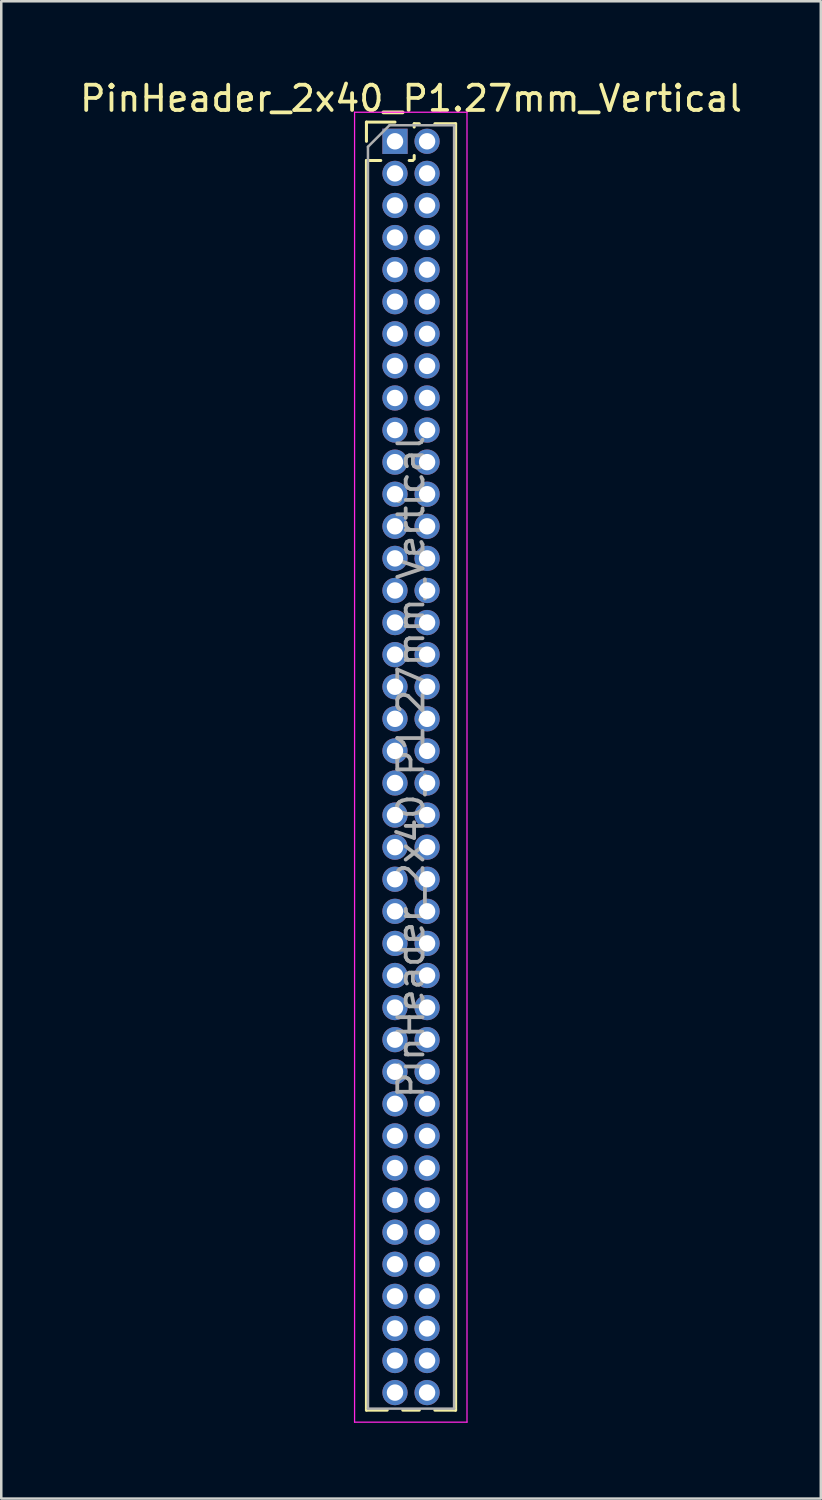
<source format=kicad_pcb>
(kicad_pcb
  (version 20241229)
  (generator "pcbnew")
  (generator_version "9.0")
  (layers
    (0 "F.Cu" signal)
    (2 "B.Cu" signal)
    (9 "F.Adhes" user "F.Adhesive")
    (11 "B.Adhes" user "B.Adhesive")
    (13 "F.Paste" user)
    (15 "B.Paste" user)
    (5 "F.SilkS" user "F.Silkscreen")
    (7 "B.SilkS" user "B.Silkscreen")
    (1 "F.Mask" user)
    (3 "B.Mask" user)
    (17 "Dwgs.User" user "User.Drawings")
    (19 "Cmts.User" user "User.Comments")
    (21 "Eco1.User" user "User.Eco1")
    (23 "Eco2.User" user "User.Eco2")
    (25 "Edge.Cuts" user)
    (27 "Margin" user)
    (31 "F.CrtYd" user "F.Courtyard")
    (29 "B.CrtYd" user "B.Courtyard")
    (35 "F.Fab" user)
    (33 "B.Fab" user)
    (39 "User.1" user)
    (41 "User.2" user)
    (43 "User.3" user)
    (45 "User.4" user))
  (footprint "PinHeader_2x40_P1.27mm_Vertical"
    (layer "F.Cu")
    (at 12.585 2.543)
    (property "Reference" "PinHeader_2x40_P1.27mm_Vertical" (at 0.635 -1.695 0) (layer "F.SilkS") (effects (font (size 1 1) (thickness 0.15))))
    (attr through_hole)
    (fp_line (start -1.13 -0.76) (end 0 -0.76) (stroke (width 0.12) (type solid)) (layer "F.SilkS"))
    (fp_line (start -1.13 0) (end -1.13 -0.76) (stroke (width 0.12) (type solid)) (layer "F.SilkS"))
    (fp_line (start -1.13 0.76) (end -1.13 50.225) (stroke (width 0.12) (type solid)) (layer "F.SilkS"))
    (fp_line (start -1.13 0.76) (end -0.563 0.76) (stroke (width 0.12) (type solid)) (layer "F.SilkS"))
    (fp_line (start -1.13 50.225) (end -0.308 50.225) (stroke (width 0.12) (type solid)) (layer "F.SilkS"))
    (fp_line (start 0.308 50.225) (end 0.962 50.225) (stroke (width 0.12) (type solid)) (layer "F.SilkS"))
    (fp_line (start 0.563 0.76) (end 0.707 0.76) (stroke (width 0.12) (type solid)) (layer "F.SilkS"))
    (fp_line (start 0.76 -0.695) (end 0.962 -0.695) (stroke (width 0.12) (type solid)) (layer "F.SilkS"))
    (fp_line (start 0.76 -0.563) (end 0.76 -0.695) (stroke (width 0.12) (type solid)) (layer "F.SilkS"))
    (fp_line (start 0.76 0.707) (end 0.76 0.563) (stroke (width 0.12) (type solid)) (layer "F.SilkS"))
    (fp_line (start 1.578 -0.695) (end 2.4 -0.695) (stroke (width 0.12) (type solid)) (layer "F.SilkS"))
    (fp_line (start 1.578 50.225) (end 2.4 50.225) (stroke (width 0.12) (type solid)) (layer "F.SilkS"))
    (fp_line (start 2.4 -0.695) (end 2.4 50.225) (stroke (width 0.12) (type solid)) (layer "F.SilkS"))
    (fp_line (start -1.6 -1.15) (end -1.6 50.7) (stroke (width 0.05) (type solid)) (layer "F.CrtYd"))
    (fp_line (start -1.6 50.7) (end 2.85 50.7) (stroke (width 0.05) (type solid)) (layer "F.CrtYd"))
    (fp_line (start 2.85 -1.15) (end -1.6 -1.15) (stroke (width 0.05) (type solid)) (layer "F.CrtYd"))
    (fp_line (start 2.85 50.7) (end 2.85 -1.15) (stroke (width 0.05) (type solid)) (layer "F.CrtYd"))
    (fp_line (start -1.07 0.217) (end -0.217 -0.635) (stroke (width 0.1) (type solid)) (layer "F.Fab"))
    (fp_line (start -1.07 50.165) (end -1.07 0.217) (stroke (width 0.1) (type solid)) (layer "F.Fab"))
    (fp_line (start -0.217 -0.635) (end 2.34 -0.635) (stroke (width 0.1) (type solid)) (layer "F.Fab"))
    (fp_line (start 2.34 -0.635) (end 2.34 50.165) (stroke (width 0.1) (type solid)) (layer "F.Fab"))
    (fp_line (start 2.34 50.165) (end -1.07 50.165) (stroke (width 0.1) (type solid)) (layer "F.Fab"))
    (fp_text user "${REFERENCE}" (at 0.635 24.765 90) (layer "F.Fab") (effects (font (size 1 1) (thickness 0.15))))
    (pad "1" thru_hole rect (at 0 0) (size 1 1) (drill 0.65) (layers "*.Cu" "*.Mask"))
    (pad "2" thru_hole oval (at 1.27 0) (size 1 1) (drill 0.65) (layers "*.Cu" "*.Mask"))
    (pad "3" thru_hole oval (at 0 1.27) (size 1 1) (drill 0.65) (layers "*.Cu" "*.Mask"))
    (pad "4" thru_hole oval (at 1.27 1.27) (size 1 1) (drill 0.65) (layers "*.Cu" "*.Mask"))
    (pad "5" thru_hole oval (at 0 2.54) (size 1 1) (drill 0.65) (layers "*.Cu" "*.Mask"))
    (pad "6" thru_hole oval (at 1.27 2.54) (size 1 1) (drill 0.65) (layers "*.Cu" "*.Mask"))
    (pad "7" thru_hole oval (at 0 3.81) (size 1 1) (drill 0.65) (layers "*.Cu" "*.Mask"))
    (pad "8" thru_hole oval (at 1.27 3.81) (size 1 1) (drill 0.65) (layers "*.Cu" "*.Mask"))
    (pad "9" thru_hole oval (at 0 5.08) (size 1 1) (drill 0.65) (layers "*.Cu" "*.Mask"))
    (pad "10" thru_hole oval (at 1.27 5.08) (size 1 1) (drill 0.65) (layers "*.Cu" "*.Mask"))
    (pad "11" thru_hole oval (at 0 6.35) (size 1 1) (drill 0.65) (layers "*.Cu" "*.Mask"))
    (pad "12" thru_hole oval (at 1.27 6.35) (size 1 1) (drill 0.65) (layers "*.Cu" "*.Mask"))
    (pad "13" thru_hole oval (at 0 7.62) (size 1 1) (drill 0.65) (layers "*.Cu" "*.Mask"))
    (pad "14" thru_hole oval (at 1.27 7.62) (size 1 1) (drill 0.65) (layers "*.Cu" "*.Mask"))
    (pad "15" thru_hole oval (at 0 8.89) (size 1 1) (drill 0.65) (layers "*.Cu" "*.Mask"))
    (pad "16" thru_hole oval (at 1.27 8.89) (size 1 1) (drill 0.65) (layers "*.Cu" "*.Mask"))
    (pad "17" thru_hole oval (at 0 10.16) (size 1 1) (drill 0.65) (layers "*.Cu" "*.Mask"))
    (pad "18" thru_hole oval (at 1.27 10.16) (size 1 1) (drill 0.65) (layers "*.Cu" "*.Mask"))
    (pad "19" thru_hole oval (at 0 11.43) (size 1 1) (drill 0.65) (layers "*.Cu" "*.Mask"))
    (pad "20" thru_hole oval (at 1.27 11.43) (size 1 1) (drill 0.65) (layers "*.Cu" "*.Mask"))
    (pad "21" thru_hole oval (at 0 12.7) (size 1 1) (drill 0.65) (layers "*.Cu" "*.Mask"))
    (pad "22" thru_hole oval (at 1.27 12.7) (size 1 1) (drill 0.65) (layers "*.Cu" "*.Mask"))
    (pad "23" thru_hole oval (at 0 13.97) (size 1 1) (drill 0.65) (layers "*.Cu" "*.Mask"))
    (pad "24" thru_hole oval (at 1.27 13.97) (size 1 1) (drill 0.65) (layers "*.Cu" "*.Mask"))
    (pad "25" thru_hole oval (at 0 15.24) (size 1 1) (drill 0.65) (layers "*.Cu" "*.Mask"))
    (pad "26" thru_hole oval (at 1.27 15.24) (size 1 1) (drill 0.65) (layers "*.Cu" "*.Mask"))
    (pad "27" thru_hole oval (at 0 16.51) (size 1 1) (drill 0.65) (layers "*.Cu" "*.Mask"))
    (pad "28" thru_hole oval (at 1.27 16.51) (size 1 1) (drill 0.65) (layers "*.Cu" "*.Mask"))
    (pad "29" thru_hole oval (at 0 17.78) (size 1 1) (drill 0.65) (layers "*.Cu" "*.Mask"))
    (pad "30" thru_hole oval (at 1.27 17.78) (size 1 1) (drill 0.65) (layers "*.Cu" "*.Mask"))
    (pad "31" thru_hole oval (at 0 19.05) (size 1 1) (drill 0.65) (layers "*.Cu" "*.Mask"))
    (pad "32" thru_hole oval (at 1.27 19.05) (size 1 1) (drill 0.65) (layers "*.Cu" "*.Mask"))
    (pad "33" thru_hole oval (at 0 20.32) (size 1 1) (drill 0.65) (layers "*.Cu" "*.Mask"))
    (pad "34" thru_hole oval (at 1.27 20.32) (size 1 1) (drill 0.65) (layers "*.Cu" "*.Mask"))
    (pad "35" thru_hole oval (at 0 21.59) (size 1 1) (drill 0.65) (layers "*.Cu" "*.Mask"))
    (pad "36" thru_hole oval (at 1.27 21.59) (size 1 1) (drill 0.65) (layers "*.Cu" "*.Mask"))
    (pad "37" thru_hole oval (at 0 22.86) (size 1 1) (drill 0.65) (layers "*.Cu" "*.Mask"))
    (pad "38" thru_hole oval (at 1.27 22.86) (size 1 1) (drill 0.65) (layers "*.Cu" "*.Mask"))
    (pad "39" thru_hole oval (at 0 24.13) (size 1 1) (drill 0.65) (layers "*.Cu" "*.Mask"))
    (pad "40" thru_hole oval (at 1.27 24.13) (size 1 1) (drill 0.65) (layers "*.Cu" "*.Mask"))
    (pad "41" thru_hole oval (at 0 25.4) (size 1 1) (drill 0.65) (layers "*.Cu" "*.Mask"))
    (pad "42" thru_hole oval (at 1.27 25.4) (size 1 1) (drill 0.65) (layers "*.Cu" "*.Mask"))
    (pad "43" thru_hole oval (at 0 26.67) (size 1 1) (drill 0.65) (layers "*.Cu" "*.Mask"))
    (pad "44" thru_hole oval (at 1.27 26.67) (size 1 1) (drill 0.65) (layers "*.Cu" "*.Mask"))
    (pad "45" thru_hole oval (at 0 27.94) (size 1 1) (drill 0.65) (layers "*.Cu" "*.Mask"))
    (pad "46" thru_hole oval (at 1.27 27.94) (size 1 1) (drill 0.65) (layers "*.Cu" "*.Mask"))
    (pad "47" thru_hole oval (at 0 29.21) (size 1 1) (drill 0.65) (layers "*.Cu" "*.Mask"))
    (pad "48" thru_hole oval (at 1.27 29.21) (size 1 1) (drill 0.65) (layers "*.Cu" "*.Mask"))
    (pad "49" thru_hole oval (at 0 30.48) (size 1 1) (drill 0.65) (layers "*.Cu" "*.Mask"))
    (pad "50" thru_hole oval (at 1.27 30.48) (size 1 1) (drill 0.65) (layers "*.Cu" "*.Mask"))
    (pad "51" thru_hole oval (at 0 31.75) (size 1 1) (drill 0.65) (layers "*.Cu" "*.Mask"))
    (pad "52" thru_hole oval (at 1.27 31.75) (size 1 1) (drill 0.65) (layers "*.Cu" "*.Mask"))
    (pad "53" thru_hole oval (at 0 33.02) (size 1 1) (drill 0.65) (layers "*.Cu" "*.Mask"))
    (pad "54" thru_hole oval (at 1.27 33.02) (size 1 1) (drill 0.65) (layers "*.Cu" "*.Mask"))
    (pad "55" thru_hole oval (at 0 34.29) (size 1 1) (drill 0.65) (layers "*.Cu" "*.Mask"))
    (pad "56" thru_hole oval (at 1.27 34.29) (size 1 1) (drill 0.65) (layers "*.Cu" "*.Mask"))
    (pad "57" thru_hole oval (at 0 35.56) (size 1 1) (drill 0.65) (layers "*.Cu" "*.Mask"))
    (pad "58" thru_hole oval (at 1.27 35.56) (size 1 1) (drill 0.65) (layers "*.Cu" "*.Mask"))
    (pad "59" thru_hole oval (at 0 36.83) (size 1 1) (drill 0.65) (layers "*.Cu" "*.Mask"))
    (pad "60" thru_hole oval (at 1.27 36.83) (size 1 1) (drill 0.65) (layers "*.Cu" "*.Mask"))
    (pad "61" thru_hole oval (at 0 38.1) (size 1 1) (drill 0.65) (layers "*.Cu" "*.Mask"))
    (pad "62" thru_hole oval (at 1.27 38.1) (size 1 1) (drill 0.65) (layers "*.Cu" "*.Mask"))
    (pad "63" thru_hole oval (at 0 39.37) (size 1 1) (drill 0.65) (layers "*.Cu" "*.Mask"))
    (pad "64" thru_hole oval (at 1.27 39.37) (size 1 1) (drill 0.65) (layers "*.Cu" "*.Mask"))
    (pad "65" thru_hole oval (at 0 40.64) (size 1 1) (drill 0.65) (layers "*.Cu" "*.Mask"))
    (pad "66" thru_hole oval (at 1.27 40.64) (size 1 1) (drill 0.65) (layers "*.Cu" "*.Mask"))
    (pad "67" thru_hole oval (at 0 41.91) (size 1 1) (drill 0.65) (layers "*.Cu" "*.Mask"))
    (pad "68" thru_hole oval (at 1.27 41.91) (size 1 1) (drill 0.65) (layers "*.Cu" "*.Mask"))
    (pad "69" thru_hole oval (at 0 43.18) (size 1 1) (drill 0.65) (layers "*.Cu" "*.Mask"))
    (pad "70" thru_hole oval (at 1.27 43.18) (size 1 1) (drill 0.65) (layers "*.Cu" "*.Mask"))
    (pad "71" thru_hole oval (at 0 44.45) (size 1 1) (drill 0.65) (layers "*.Cu" "*.Mask"))
    (pad "72" thru_hole oval (at 1.27 44.45) (size 1 1) (drill 0.65) (layers "*.Cu" "*.Mask"))
    (pad "73" thru_hole oval (at 0 45.72) (size 1 1) (drill 0.65) (layers "*.Cu" "*.Mask"))
    (pad "74" thru_hole oval (at 1.27 45.72) (size 1 1) (drill 0.65) (layers "*.Cu" "*.Mask"))
    (pad "75" thru_hole oval (at 0 46.99) (size 1 1) (drill 0.65) (layers "*.Cu" "*.Mask"))
    (pad "76" thru_hole oval (at 1.27 46.99) (size 1 1) (drill 0.65) (layers "*.Cu" "*.Mask"))
    (pad "77" thru_hole oval (at 0 48.26) (size 1 1) (drill 0.65) (layers "*.Cu" "*.Mask"))
    (pad "78" thru_hole oval (at 1.27 48.26) (size 1 1) (drill 0.65) (layers "*.Cu" "*.Mask"))
    (pad "79" thru_hole oval (at 0 49.53) (size 1 1) (drill 0.65) (layers "*.Cu" "*.Mask"))
    (pad "80" thru_hole oval (at 1.27 49.53) (size 1 1) (drill 0.65) (layers "*.Cu" "*.Mask")))
  (gr_rect
    (start -3 -3)
    (end 29.44 56.268)
    (stroke (width 0.1) (type default))
    (fill no)
    (layer "Edge.Cuts")))
</source>
